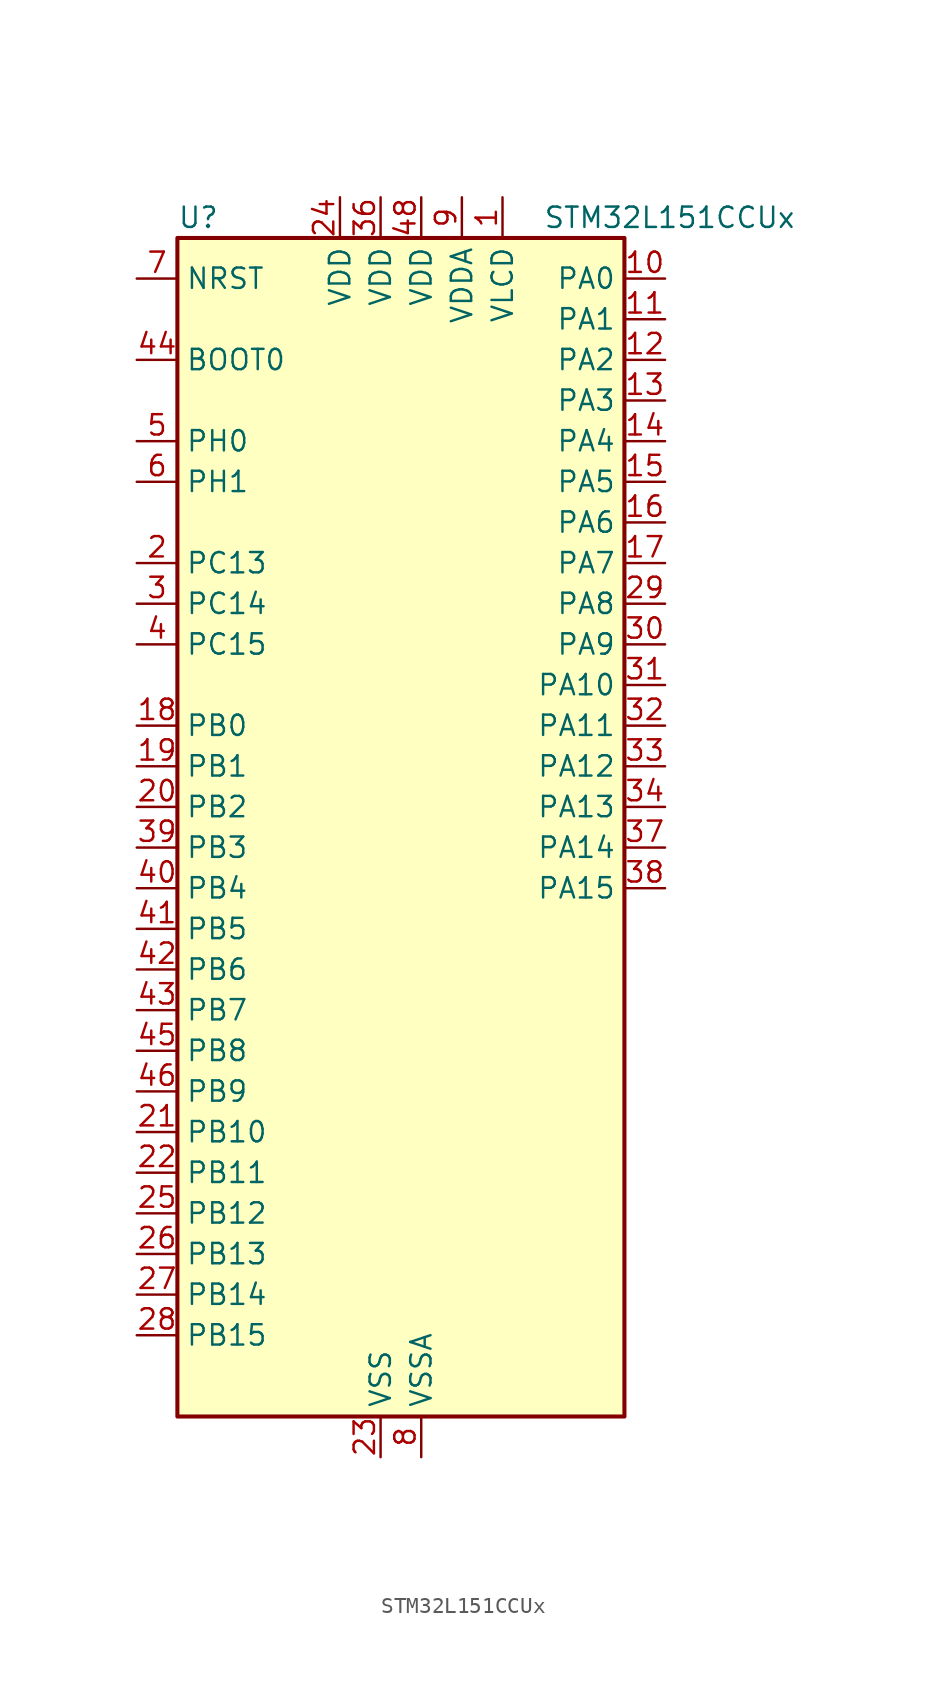
<source format=kicad_sym>
(kicad_symbol_lib
  (version 20231120)
  (generator "kicad-library-utils")
  (generator_version "8.0")
  (symbol "STM32L151CCUx"
    (property "Reference" "U"
      (at -12.7 39.37 0)
      (effects (font (size 1.27 1.27)) (justify left)))
    (property "Value" "STM32L151CCUx"
      (at 10.16 39.37 0)
      (effects (font (size 1.27 1.27)) (justify left)))
    (symbol "STM32L151CCUx_0_1"
      (rectangle (start -12.7 -35.56) (end 15.24 38.1) (stroke (width 0.254) (type default)) (fill (type background))))
    (symbol "STM32L151CCUx_1_1"
      (pin power_in line (at 7.62 40.64 270) (length 2.54) (name "VLCD" (effects (font (size 1.27 1.27)))) (number "1" (effects (font (size 1.27 1.27)))))
      (pin bidirectional line (at 17.78 35.56 180) (length 2.54) (name "PA0" (effects (font (size 1.27 1.27)))) (number "10" (effects (font (size 1.27 1.27)))) (alternate "ADC_IN0" bidirectional line) (alternate "COMP1_INP" bidirectional line) (alternate "RTC_TAMP2" bidirectional line) (alternate "SYS_WKUP1" bidirectional line) (alternate "TIM2_CH1" bidirectional line) (alternate "TIM2_ETR" bidirectional line) (alternate "TIM5_CH1" bidirectional line) (alternate "TIMX_IC1" bidirectional line) (alternate "TS_G1_IO1" bidirectional line) (alternate "USART2_CTS" bidirectional line))
      (pin bidirectional line (at 17.78 33.02 180) (length 2.54) (name "PA1" (effects (font (size 1.27 1.27)))) (number "11" (effects (font (size 1.27 1.27)))) (alternate "ADC_IN1" bidirectional line) (alternate "COMP1_INP" bidirectional line) (alternate "OPAMP1_VINP" bidirectional line) (alternate "TIM2_CH2" bidirectional line) (alternate "TIM5_CH2" bidirectional line) (alternate "TIMX_IC2" bidirectional line) (alternate "TS_G1_IO2" bidirectional line) (alternate "USART2_RTS" bidirectional line))
      (pin bidirectional line (at 17.78 30.48 180) (length 2.54) (name "PA2" (effects (font (size 1.27 1.27)))) (number "12" (effects (font (size 1.27 1.27)))) (alternate "ADC_IN2" bidirectional line) (alternate "COMP1_INP" bidirectional line) (alternate "OPAMP1_VINM" bidirectional line) (alternate "TIM2_CH3" bidirectional line) (alternate "TIM5_CH3" bidirectional line) (alternate "TIM9_CH1" bidirectional line) (alternate "TIMX_IC3" bidirectional line) (alternate "TS_G1_IO3" bidirectional line) (alternate "USART2_TX" bidirectional line))
      (pin bidirectional line (at 17.78 27.94 180) (length 2.54) (name "PA3" (effects (font (size 1.27 1.27)))) (number "13" (effects (font (size 1.27 1.27)))) (alternate "ADC_IN3" bidirectional line) (alternate "COMP1_INP" bidirectional line) (alternate "OPAMP1_VOUT" bidirectional line) (alternate "TIM2_CH4" bidirectional line) (alternate "TIM5_CH4" bidirectional line) (alternate "TIM9_CH2" bidirectional line) (alternate "TIMX_IC4" bidirectional line) (alternate "TS_G1_IO4" bidirectional line) (alternate "USART2_RX" bidirectional line))
      (pin bidirectional line (at 17.78 25.4 180) (length 2.54) (name "PA4" (effects (font (size 1.27 1.27)))) (number "14" (effects (font (size 1.27 1.27)))) (alternate "ADC_IN4" bidirectional line) (alternate "COMP1_INP" bidirectional line) (alternate "DAC_OUT1" bidirectional line) (alternate "I2S3_WS" bidirectional line) (alternate "SPI1_NSS" bidirectional line) (alternate "SPI3_NSS" bidirectional line) (alternate "TIMX_IC1" bidirectional line) (alternate "USART2_CK" bidirectional line))
      (pin bidirectional line (at 17.78 22.86 180) (length 2.54) (name "PA5" (effects (font (size 1.27 1.27)))) (number "15" (effects (font (size 1.27 1.27)))) (alternate "ADC_IN5" bidirectional line) (alternate "COMP1_INP" bidirectional line) (alternate "DAC_OUT2" bidirectional line) (alternate "SPI1_SCK" bidirectional line) (alternate "TIM2_CH1" bidirectional line) (alternate "TIM2_ETR" bidirectional line) (alternate "TIMX_IC2" bidirectional line))
      (pin bidirectional line (at 17.78 20.32 180) (length 2.54) (name "PA6" (effects (font (size 1.27 1.27)))) (number "16" (effects (font (size 1.27 1.27)))) (alternate "ADC_IN6" bidirectional line) (alternate "COMP1_INP" bidirectional line) (alternate "OPAMP2_VINP" bidirectional line) (alternate "SPI1_MISO" bidirectional line) (alternate "TIM10_CH1" bidirectional line) (alternate "TIM3_CH1" bidirectional line) (alternate "TIMX_IC3" bidirectional line) (alternate "TS_G2_IO1" bidirectional line))
      (pin bidirectional line (at 17.78 17.78 180) (length 2.54) (name "PA7" (effects (font (size 1.27 1.27)))) (number "17" (effects (font (size 1.27 1.27)))) (alternate "ADC_IN7" bidirectional line) (alternate "COMP1_INP" bidirectional line) (alternate "OPAMP2_VINM" bidirectional line) (alternate "SPI1_MOSI" bidirectional line) (alternate "TIM11_CH1" bidirectional line) (alternate "TIM3_CH2" bidirectional line) (alternate "TIMX_IC4" bidirectional line) (alternate "TS_G2_IO2" bidirectional line))
      (pin bidirectional line (at -15.24 7.62 0) (length 2.54) (name "PB0" (effects (font (size 1.27 1.27)))) (number "18" (effects (font (size 1.27 1.27)))) (alternate "ADC_IN8" bidirectional line) (alternate "COMP1_INP" bidirectional line) (alternate "OPAMP2_VOUT" bidirectional line) (alternate "SYS_V_REF_OUT" bidirectional line) (alternate "TIM3_CH3" bidirectional line) (alternate "TS_G3_IO1" bidirectional line))
      (pin bidirectional line (at -15.24 5.08 0) (length 2.54) (name "PB1" (effects (font (size 1.27 1.27)))) (number "19" (effects (font (size 1.27 1.27)))) (alternate "ADC_IN9" bidirectional line) (alternate "COMP1_INP" bidirectional line) (alternate "SYS_V_REF_OUT" bidirectional line) (alternate "TIM3_CH4" bidirectional line) (alternate "TS_G3_IO2" bidirectional line))
      (pin bidirectional line (at -15.24 17.78 0) (length 2.54) (name "PC13" (effects (font (size 1.27 1.27)))) (number "2" (effects (font (size 1.27 1.27)))) (alternate "RTC_OUT_ALARM" bidirectional line) (alternate "RTC_OUT_CALIB" bidirectional line) (alternate "RTC_TAMP1" bidirectional line) (alternate "RTC_TS" bidirectional line) (alternate "SYS_WKUP2" bidirectional line) (alternate "TIMX_IC2" bidirectional line))
      (pin bidirectional line (at -15.24 2.54 0) (length 2.54) (name "PB2" (effects (font (size 1.27 1.27)))) (number "20" (effects (font (size 1.27 1.27)))) (alternate "TS_G3_IO3" bidirectional line))
      (pin bidirectional line (at -15.24 -17.78 0) (length 2.54) (name "PB10" (effects (font (size 1.27 1.27)))) (number "21" (effects (font (size 1.27 1.27)))) (alternate "I2C2_SCL" bidirectional line) (alternate "TIM2_CH3" bidirectional line) (alternate "USART3_TX" bidirectional line))
      (pin bidirectional line (at -15.24 -20.32 0) (length 2.54) (name "PB11" (effects (font (size 1.27 1.27)))) (number "22" (effects (font (size 1.27 1.27)))) (alternate "ADC_EXTI11" bidirectional line) (alternate "I2C2_SDA" bidirectional line) (alternate "TIM2_CH4" bidirectional line) (alternate "USART3_RX" bidirectional line))
      (pin power_in line (at 0 -38.1 90) (length 2.54) (name "VSS" (effects (font (size 1.27 1.27)))) (number "23" (effects (font (size 1.27 1.27)))))
      (pin power_in line (at -2.54 40.64 270) (length 2.54) (name "VDD" (effects (font (size 1.27 1.27)))) (number "24" (effects (font (size 1.27 1.27)))))
      (pin bidirectional line (at -15.24 -22.86 0) (length 2.54) (name "PB12" (effects (font (size 1.27 1.27)))) (number "25" (effects (font (size 1.27 1.27)))) (alternate "ADC_IN18" bidirectional line) (alternate "COMP1_INP" bidirectional line) (alternate "I2C2_SMBA" bidirectional line) (alternate "I2S2_WS" bidirectional line) (alternate "SPI2_NSS" bidirectional line) (alternate "TIM10_CH1" bidirectional line) (alternate "TS_G7_IO1" bidirectional line) (alternate "USART3_CK" bidirectional line))
      (pin bidirectional line (at -15.24 -25.4 0) (length 2.54) (name "PB13" (effects (font (size 1.27 1.27)))) (number "26" (effects (font (size 1.27 1.27)))) (alternate "ADC_IN19" bidirectional line) (alternate "COMP1_INP" bidirectional line) (alternate "I2S2_CK" bidirectional line) (alternate "SPI2_SCK" bidirectional line) (alternate "TIM9_CH1" bidirectional line) (alternate "TS_G7_IO2" bidirectional line) (alternate "USART3_CTS" bidirectional line))
      (pin bidirectional line (at -15.24 -27.94 0) (length 2.54) (name "PB14" (effects (font (size 1.27 1.27)))) (number "27" (effects (font (size 1.27 1.27)))) (alternate "ADC_IN20" bidirectional line) (alternate "COMP1_INP" bidirectional line) (alternate "SPI2_MISO" bidirectional line) (alternate "TIM9_CH2" bidirectional line) (alternate "TS_G7_IO3" bidirectional line) (alternate "USART3_RTS" bidirectional line))
      (pin bidirectional line (at -15.24 -30.48 0) (length 2.54) (name "PB15" (effects (font (size 1.27 1.27)))) (number "28" (effects (font (size 1.27 1.27)))) (alternate "ADC_EXTI15" bidirectional line) (alternate "ADC_IN21" bidirectional line) (alternate "COMP1_INP" bidirectional line) (alternate "I2S2_SD" bidirectional line) (alternate "RTC_REFIN" bidirectional line) (alternate "SPI2_MOSI" bidirectional line) (alternate "TIM11_CH1" bidirectional line) (alternate "TS_G7_IO4" bidirectional line))
      (pin bidirectional line (at 17.78 15.24 180) (length 2.54) (name "PA8" (effects (font (size 1.27 1.27)))) (number "29" (effects (font (size 1.27 1.27)))) (alternate "RCC_MCO" bidirectional line) (alternate "TIMX_IC1" bidirectional line) (alternate "TS_G4_IO1" bidirectional line) (alternate "USART1_CK" bidirectional line))
      (pin bidirectional line (at -15.24 15.24 0) (length 2.54) (name "PC14" (effects (font (size 1.27 1.27)))) (number "3" (effects (font (size 1.27 1.27)))) (alternate "RCC_OSC32_IN" bidirectional line) (alternate "TIMX_IC3" bidirectional line))
      (pin bidirectional line (at 17.78 12.7 180) (length 2.54) (name "PA9" (effects (font (size 1.27 1.27)))) (number "30" (effects (font (size 1.27 1.27)))) (alternate "DAC_EXTI9" bidirectional line) (alternate "TIMX_IC2" bidirectional line) (alternate "TS_G4_IO2" bidirectional line) (alternate "USART1_TX" bidirectional line))
      (pin bidirectional line (at 17.78 10.16 180) (length 2.54) (name "PA10" (effects (font (size 1.27 1.27)))) (number "31" (effects (font (size 1.27 1.27)))) (alternate "TIMX_IC3" bidirectional line) (alternate "TS_G4_IO3" bidirectional line) (alternate "USART1_RX" bidirectional line))
      (pin bidirectional line (at 17.78 7.62 180) (length 2.54) (name "PA11" (effects (font (size 1.27 1.27)))) (number "32" (effects (font (size 1.27 1.27)))) (alternate "ADC_EXTI11" bidirectional line) (alternate "SPI1_MISO" bidirectional line) (alternate "TIMX_IC4" bidirectional line) (alternate "USART1_CTS" bidirectional line) (alternate "USB_DM" bidirectional line))
      (pin bidirectional line (at 17.78 5.08 180) (length 2.54) (name "PA12" (effects (font (size 1.27 1.27)))) (number "33" (effects (font (size 1.27 1.27)))) (alternate "SPI1_MOSI" bidirectional line) (alternate "TIMX_IC1" bidirectional line) (alternate "USART1_RTS" bidirectional line) (alternate "USB_DP" bidirectional line))
      (pin bidirectional line (at 17.78 2.54 180) (length 2.54) (name "PA13" (effects (font (size 1.27 1.27)))) (number "34" (effects (font (size 1.27 1.27)))) (alternate "SYS_JTMS-SWDIO" bidirectional line) (alternate "TIMX_IC2" bidirectional line) (alternate "TS_G5_IO1" bidirectional line))
      (pin passive line (at 0 -38.1 90) (length 2.54) hide (name "VSS" (effects (font (size 1.27 1.27)))) (number "35" (effects (font (size 1.27 1.27)))))
      (pin power_in line (at 0 40.64 270) (length 2.54) (name "VDD" (effects (font (size 1.27 1.27)))) (number "36" (effects (font (size 1.27 1.27)))))
      (pin bidirectional line (at 17.78 0 180) (length 2.54) (name "PA14" (effects (font (size 1.27 1.27)))) (number "37" (effects (font (size 1.27 1.27)))) (alternate "SYS_JTCK-SWCLK" bidirectional line) (alternate "TIMX_IC3" bidirectional line) (alternate "TS_G5_IO2" bidirectional line))
      (pin bidirectional line (at 17.78 -2.54 180) (length 2.54) (name "PA15" (effects (font (size 1.27 1.27)))) (number "38" (effects (font (size 1.27 1.27)))) (alternate "ADC_EXTI15" bidirectional line) (alternate "I2S3_WS" bidirectional line) (alternate "SPI1_NSS" bidirectional line) (alternate "SPI3_NSS" bidirectional line) (alternate "SYS_JTDI" bidirectional line) (alternate "TIM2_CH1" bidirectional line) (alternate "TIM2_ETR" bidirectional line) (alternate "TIMX_IC4" bidirectional line) (alternate "TS_G5_IO3" bidirectional line))
      (pin bidirectional line (at -15.24 0 0) (length 2.54) (name "PB3" (effects (font (size 1.27 1.27)))) (number "39" (effects (font (size 1.27 1.27)))) (alternate "COMP2_INM" bidirectional line) (alternate "I2S3_CK" bidirectional line) (alternate "SPI1_SCK" bidirectional line) (alternate "SPI3_SCK" bidirectional line) (alternate "SYS_JTDO-TRACESWO" bidirectional line) (alternate "TIM2_CH2" bidirectional line))
      (pin bidirectional line (at -15.24 12.7 0) (length 2.54) (name "PC15" (effects (font (size 1.27 1.27)))) (number "4" (effects (font (size 1.27 1.27)))) (alternate "ADC_EXTI15" bidirectional line) (alternate "RCC_OSC32_OUT" bidirectional line) (alternate "TIMX_IC4" bidirectional line))
      (pin bidirectional line (at -15.24 -2.54 0) (length 2.54) (name "PB4" (effects (font (size 1.27 1.27)))) (number "40" (effects (font (size 1.27 1.27)))) (alternate "COMP2_INP" bidirectional line) (alternate "SPI1_MISO" bidirectional line) (alternate "SPI3_MISO" bidirectional line) (alternate "SYS_JTRST" bidirectional line) (alternate "TIM3_CH1" bidirectional line) (alternate "TS_G6_IO1" bidirectional line))
      (pin bidirectional line (at -15.24 -5.08 0) (length 2.54) (name "PB5" (effects (font (size 1.27 1.27)))) (number "41" (effects (font (size 1.27 1.27)))) (alternate "COMP2_INP" bidirectional line) (alternate "I2C1_SMBA" bidirectional line) (alternate "I2S3_SD" bidirectional line) (alternate "SPI1_MOSI" bidirectional line) (alternate "SPI3_MOSI" bidirectional line) (alternate "TIM3_CH2" bidirectional line) (alternate "TS_G6_IO2" bidirectional line))
      (pin bidirectional line (at -15.24 -7.62 0) (length 2.54) (name "PB6" (effects (font (size 1.27 1.27)))) (number "42" (effects (font (size 1.27 1.27)))) (alternate "COMP2_INP" bidirectional line) (alternate "I2C1_SCL" bidirectional line) (alternate "TIM4_CH1" bidirectional line) (alternate "TS_G6_IO3" bidirectional line) (alternate "USART1_TX" bidirectional line))
      (pin bidirectional line (at -15.24 -10.16 0) (length 2.54) (name "PB7" (effects (font (size 1.27 1.27)))) (number "43" (effects (font (size 1.27 1.27)))) (alternate "COMP2_INP" bidirectional line) (alternate "I2C1_SDA" bidirectional line) (alternate "SYS_PVD_IN" bidirectional line) (alternate "TIM4_CH2" bidirectional line) (alternate "TS_G6_IO4" bidirectional line) (alternate "USART1_RX" bidirectional line))
      (pin input line (at -15.24 30.48 0) (length 2.54) (name "BOOT0" (effects (font (size 1.27 1.27)))) (number "44" (effects (font (size 1.27 1.27)))))
      (pin bidirectional line (at -15.24 -12.7 0) (length 2.54) (name "PB8" (effects (font (size 1.27 1.27)))) (number "45" (effects (font (size 1.27 1.27)))) (alternate "I2C1_SCL" bidirectional line) (alternate "TIM10_CH1" bidirectional line) (alternate "TIM4_CH3" bidirectional line))
      (pin bidirectional line (at -15.24 -15.24 0) (length 2.54) (name "PB9" (effects (font (size 1.27 1.27)))) (number "46" (effects (font (size 1.27 1.27)))) (alternate "DAC_EXTI9" bidirectional line) (alternate "I2C1_SDA" bidirectional line) (alternate "TIM11_CH1" bidirectional line) (alternate "TIM4_CH4" bidirectional line))
      (pin passive line (at 0 -38.1 90) (length 2.54) hide (name "VSS" (effects (font (size 1.27 1.27)))) (number "47" (effects (font (size 1.27 1.27)))))
      (pin power_in line (at 2.54 40.64 270) (length 2.54) (name "VDD" (effects (font (size 1.27 1.27)))) (number "48" (effects (font (size 1.27 1.27)))))
      (pin passive line (at 0 -38.1 90) (length 2.54) hide (name "VSS" (effects (font (size 1.27 1.27)))) (number "49" (effects (font (size 1.27 1.27)))))
      (pin bidirectional line (at -15.24 25.4 0) (length 2.54) (name "PH0" (effects (font (size 1.27 1.27)))) (number "5" (effects (font (size 1.27 1.27)))) (alternate "RCC_OSC_IN" bidirectional line))
      (pin bidirectional line (at -15.24 22.86 0) (length 2.54) (name "PH1" (effects (font (size 1.27 1.27)))) (number "6" (effects (font (size 1.27 1.27)))) (alternate "RCC_OSC_OUT" bidirectional line))
      (pin input line (at -15.24 35.56 0) (length 2.54) (name "NRST" (effects (font (size 1.27 1.27)))) (number "7" (effects (font (size 1.27 1.27)))))
      (pin power_in line (at 2.54 -38.1 90) (length 2.54) (name "VSSA" (effects (font (size 1.27 1.27)))) (number "8" (effects (font (size 1.27 1.27)))))
      (pin power_in line (at 5.08 40.64 270) (length 2.54) (name "VDDA" (effects (font (size 1.27 1.27)))) (number "9" (effects (font (size 1.27 1.27))))))))
</source>
